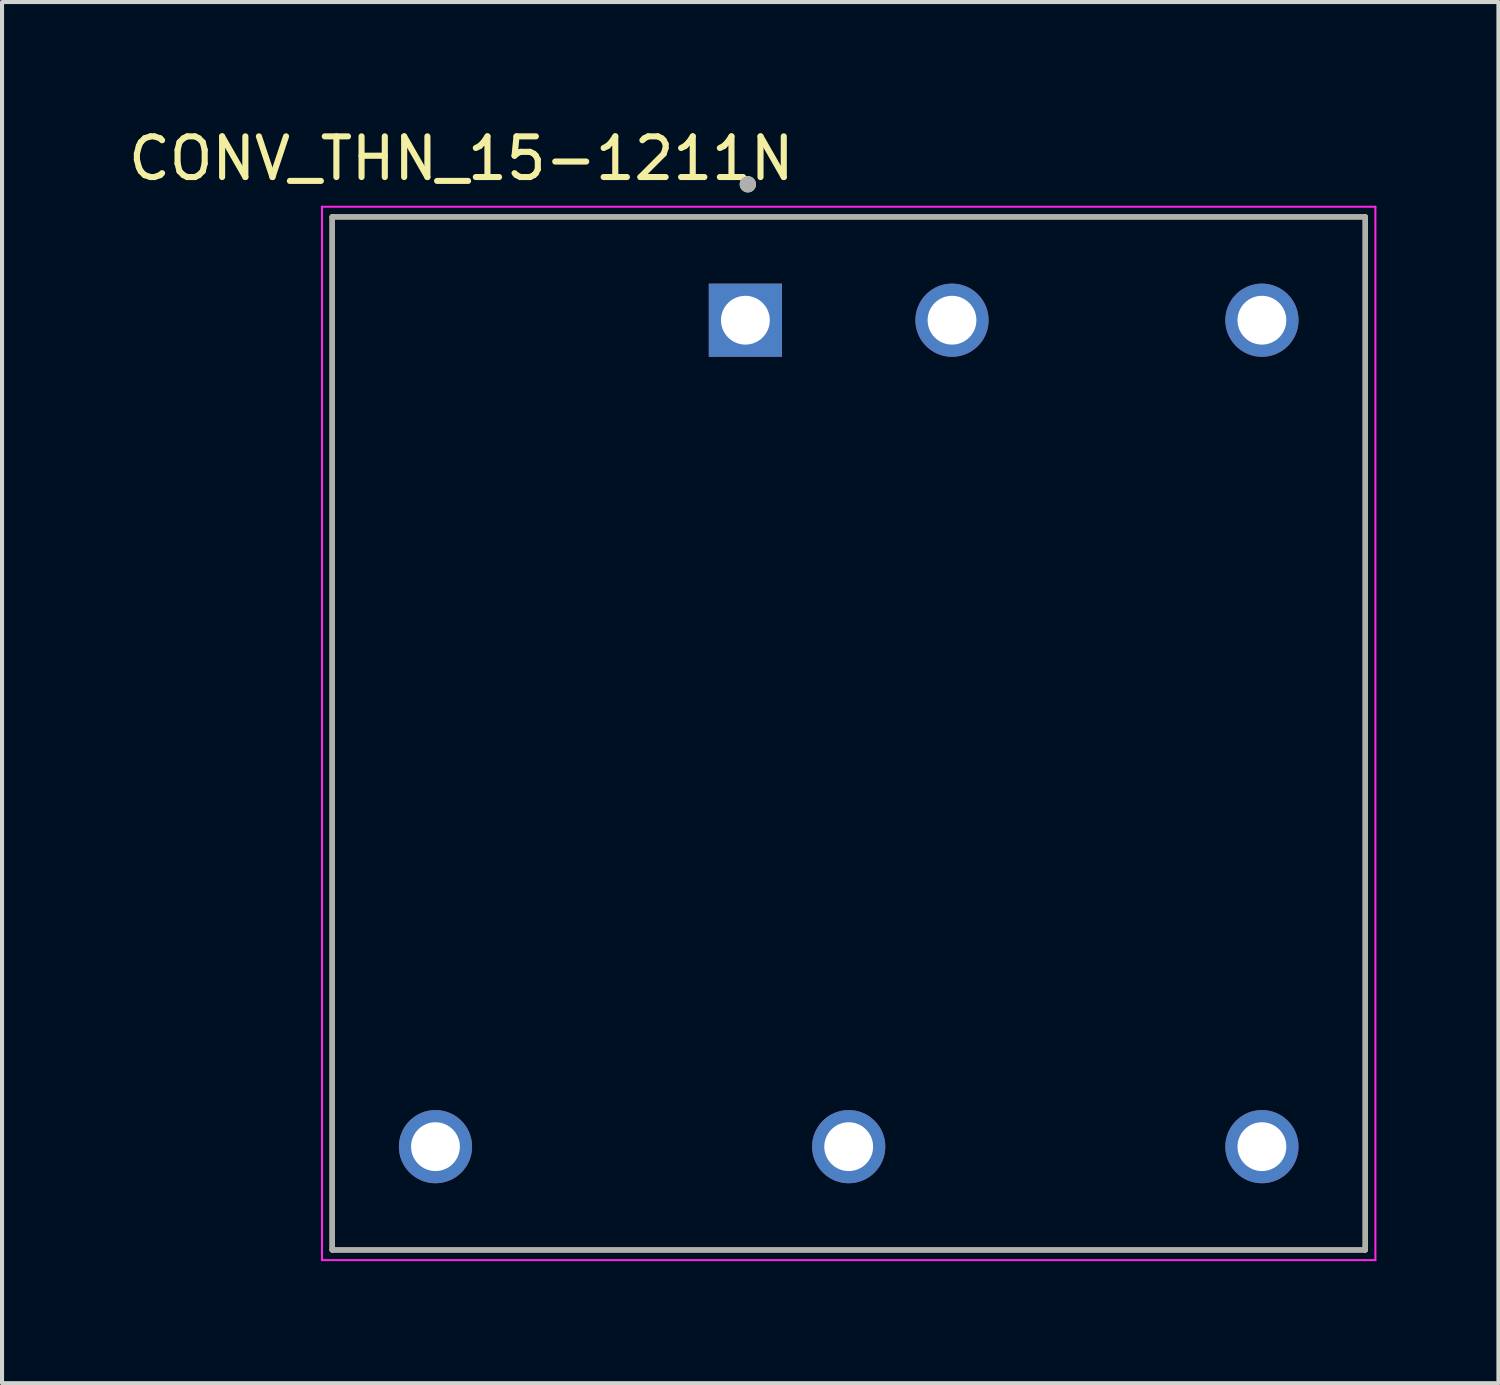
<source format=kicad_pcb>
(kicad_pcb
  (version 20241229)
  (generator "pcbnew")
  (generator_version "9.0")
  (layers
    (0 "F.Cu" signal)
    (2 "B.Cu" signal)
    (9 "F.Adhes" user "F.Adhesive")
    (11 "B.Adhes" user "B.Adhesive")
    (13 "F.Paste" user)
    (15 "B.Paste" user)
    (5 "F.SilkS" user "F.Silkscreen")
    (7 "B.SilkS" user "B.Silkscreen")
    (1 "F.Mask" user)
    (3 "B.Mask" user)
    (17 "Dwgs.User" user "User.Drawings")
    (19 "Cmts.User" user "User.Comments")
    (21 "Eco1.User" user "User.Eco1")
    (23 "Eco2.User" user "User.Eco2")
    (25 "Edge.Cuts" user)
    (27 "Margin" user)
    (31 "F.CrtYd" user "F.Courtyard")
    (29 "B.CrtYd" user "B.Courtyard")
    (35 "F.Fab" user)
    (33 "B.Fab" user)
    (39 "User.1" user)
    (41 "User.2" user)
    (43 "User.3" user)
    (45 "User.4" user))
  (footprint "CONV_THN_15-1211N"
    (layer "F.Cu")
    (at 17.817 14.983)
    (property "Reference" "CONV_THN_15-1211N" (at -9.525 -14.135 0) (layer "F.SilkS") (effects (font (size 1 1) (thickness 0.15))))
    (attr through_hole)
    (fp_line (start -12.7 -12.7) (end 12.7 -12.7) (stroke (width 0.127) (type solid)) (layer "F.SilkS"))
    (fp_line (start -12.7 12.7) (end -12.7 -12.7) (stroke (width 0.127) (type solid)) (layer "F.SilkS"))
    (fp_line (start -12.7 12.7) (end 12.7 12.7) (stroke (width 0.127) (type solid)) (layer "F.SilkS"))
    (fp_line (start 12.7 12.7) (end 12.7 -12.7) (stroke (width 0.127) (type solid)) (layer "F.SilkS"))
    (fp_circle (center -2.48 -13.502) (end -2.38 -13.502) (stroke (width 0.2) (type solid)) (fill no) (layer "F.SilkS"))
    (fp_line (start -12.95 -12.95) (end 12.95 -12.95) (stroke (width 0.05) (type solid)) (layer "F.CrtYd"))
    (fp_line (start -12.95 12.95) (end -12.95 -12.95) (stroke (width 0.05) (type solid)) (layer "F.CrtYd"))
    (fp_line (start -12.95 12.95) (end 12.95 12.95) (stroke (width 0.05) (type solid)) (layer "F.CrtYd"))
    (fp_line (start 12.95 12.95) (end 12.95 -12.95) (stroke (width 0.05) (type solid)) (layer "F.CrtYd"))
    (fp_line (start -12.7 -12.7) (end 12.7 -12.7) (stroke (width 0.127) (type solid)) (layer "F.Fab"))
    (fp_line (start -12.7 12.7) (end -12.7 -12.7) (stroke (width 0.127) (type solid)) (layer "F.Fab"))
    (fp_line (start -12.7 12.7) (end 12.7 12.7) (stroke (width 0.127) (type solid)) (layer "F.Fab"))
    (fp_line (start 12.7 12.7) (end 12.7 -12.7) (stroke (width 0.127) (type solid)) (layer "F.Fab"))
    (fp_circle (center -2.48 -13.502) (end -2.38 -13.502) (stroke (width 0.2) (type solid)) (fill no) (layer "F.Fab"))
    (pad "1" thru_hole rect (at -2.54 -10.16) (size 1.8 1.8) (drill 1.2) (layers "*.Cu" "*.Mask"))
    (pad "2" thru_hole circle (at 2.54 -10.16) (size 1.8 1.8) (drill 1.2) (layers "*.Cu" "*.Mask"))
    (pad "3" thru_hole circle (at -10.16 10.16) (size 1.8 1.8) (drill 1.2) (layers "*.Cu" "*.Mask"))
    (pad "4" thru_hole circle (at 0 10.16) (size 1.8 1.8) (drill 1.2) (layers "*.Cu" "*.Mask"))
    (pad "5" thru_hole circle (at 10.16 10.16) (size 1.8 1.8) (drill 1.2) (layers "*.Cu" "*.Mask"))
    (pad "6" thru_hole circle (at 10.16 -10.16) (size 1.8 1.8) (drill 1.2) (layers "*.Cu" "*.Mask")))
  (gr_rect
    (start -3 -3)
    (end 33.792 30.958)
    (stroke (width 0.1) (type default))
    (fill no)
    (layer "Edge.Cuts")))
</source>
